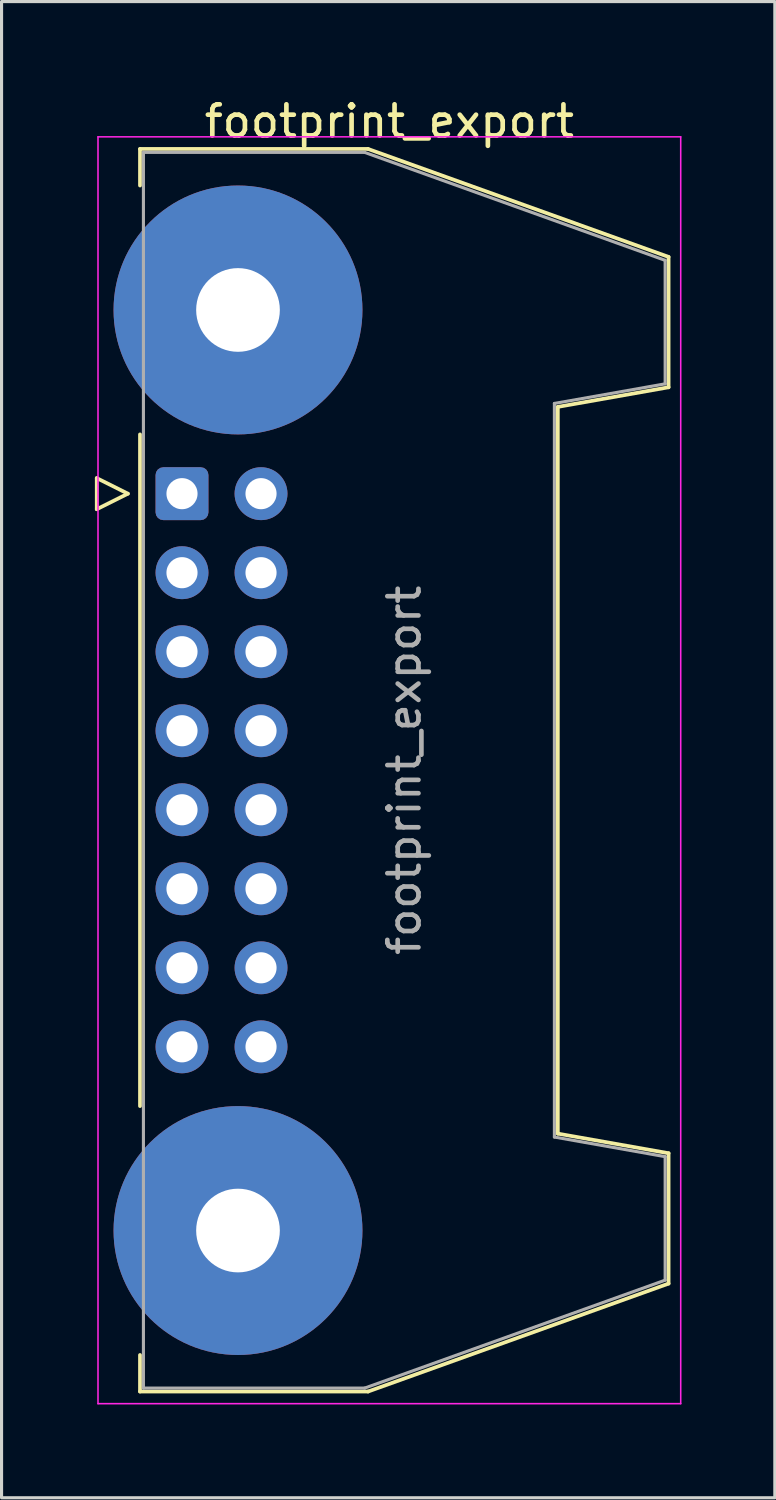
<source format=kicad_pcb>
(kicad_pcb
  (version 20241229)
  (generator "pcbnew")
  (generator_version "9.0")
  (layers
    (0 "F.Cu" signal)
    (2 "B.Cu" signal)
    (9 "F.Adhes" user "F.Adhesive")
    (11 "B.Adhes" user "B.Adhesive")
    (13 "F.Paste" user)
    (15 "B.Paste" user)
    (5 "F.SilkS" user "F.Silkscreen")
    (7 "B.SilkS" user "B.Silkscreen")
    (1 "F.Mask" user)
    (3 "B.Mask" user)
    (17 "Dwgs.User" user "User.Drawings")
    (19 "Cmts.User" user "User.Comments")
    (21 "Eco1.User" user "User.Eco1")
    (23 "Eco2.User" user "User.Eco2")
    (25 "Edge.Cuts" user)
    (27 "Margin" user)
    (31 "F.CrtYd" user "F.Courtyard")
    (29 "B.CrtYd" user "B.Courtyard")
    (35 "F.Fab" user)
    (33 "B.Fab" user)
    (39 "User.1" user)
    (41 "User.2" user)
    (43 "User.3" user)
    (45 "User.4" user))
  (footprint "footprint_export"
    (layer "F.Cu")
    (at 2.8 12.818)
    (property "Reference" "footprint_export" (at 6.665 -11.97 0) (layer "F.SilkS") (effects (font (size 1 1) (thickness 0.15))))
    (attr through_hole)
    (fp_line (start -2.74 -0.5) (end -2.74 0.5) (stroke (width 0.12) (type solid)) (layer "F.SilkS"))
    (fp_line (start -2.74 0.5) (end -1.74 0) (stroke (width 0.12) (type solid)) (layer "F.SilkS"))
    (fp_line (start -1.74 0) (end -2.74 -0.5) (stroke (width 0.12) (type solid)) (layer "F.SilkS"))
    (fp_line (start -1.35 -11.08) (end -1.35 -9.905) (stroke (width 0.12) (type solid)) (layer "F.SilkS"))
    (fp_line (start -1.35 -11.08) (end 5.98 -11.08) (stroke (width 0.12) (type solid)) (layer "F.SilkS"))
    (fp_line (start -1.35 -1.905) (end -1.35 19.685) (stroke (width 0.12) (type solid)) (layer "F.SilkS"))
    (fp_line (start -1.35 27.685) (end -1.35 28.86) (stroke (width 0.12) (type solid)) (layer "F.SilkS"))
    (fp_line (start 5.98 -11.08) (end 15.64 -7.61) (stroke (width 0.12) (type solid)) (layer "F.SilkS"))
    (fp_line (start 5.98 28.86) (end -1.35 28.86) (stroke (width 0.12) (type solid)) (layer "F.SilkS"))
    (fp_line (start 12.08 -2.79) (end 12.08 20.57) (stroke (width 0.12) (type solid)) (layer "F.SilkS"))
    (fp_line (start 12.08 20.57) (end 15.64 21.2) (stroke (width 0.12) (type solid)) (layer "F.SilkS"))
    (fp_line (start 15.64 -7.61) (end 15.64 -3.42) (stroke (width 0.12) (type solid)) (layer "F.SilkS"))
    (fp_line (start 15.64 -3.42) (end 12.08 -2.79) (stroke (width 0.12) (type solid)) (layer "F.SilkS"))
    (fp_line (start 15.64 21.2) (end 15.64 25.39) (stroke (width 0.12) (type solid)) (layer "F.SilkS"))
    (fp_line (start 15.64 25.39) (end 5.98 28.86) (stroke (width 0.12) (type solid)) (layer "F.SilkS"))
    (fp_line (start -2.7 -11.47) (end -2.7 29.25) (stroke (width 0.05) (type solid)) (layer "F.CrtYd"))
    (fp_line (start -2.7 29.25) (end 16.03 29.25) (stroke (width 0.05) (type solid)) (layer "F.CrtYd"))
    (fp_line (start 16.03 -11.47) (end -2.7 -11.47) (stroke (width 0.05) (type solid)) (layer "F.CrtYd"))
    (fp_line (start 16.03 29.25) (end 16.03 -11.47) (stroke (width 0.05) (type solid)) (layer "F.CrtYd"))
    (fp_line (start -1.24 -10.97) (end 5.87 -10.97) (stroke (width 0.1) (type solid)) (layer "F.Fab"))
    (fp_line (start -1.24 28.75) (end -1.24 -10.97) (stroke (width 0.1) (type solid)) (layer "F.Fab"))
    (fp_line (start 5.87 -10.97) (end 15.53 -7.5) (stroke (width 0.1) (type solid)) (layer "F.Fab"))
    (fp_line (start 5.87 28.75) (end -1.24 28.75) (stroke (width 0.1) (type solid)) (layer "F.Fab"))
    (fp_line (start 11.97 -2.9) (end 11.97 20.68) (stroke (width 0.1) (type solid)) (layer "F.Fab"))
    (fp_line (start 11.97 20.68) (end 15.53 21.31) (stroke (width 0.1) (type solid)) (layer "F.Fab"))
    (fp_line (start 15.53 -7.5) (end 15.53 -3.53) (stroke (width 0.1) (type solid)) (layer "F.Fab"))
    (fp_line (start 15.53 -3.53) (end 11.97 -2.9) (stroke (width 0.1) (type solid)) (layer "F.Fab"))
    (fp_line (start 15.53 21.31) (end 15.53 25.28) (stroke (width 0.1) (type solid)) (layer "F.Fab"))
    (fp_line (start 15.53 25.28) (end 5.87 28.75) (stroke (width 0.1) (type solid)) (layer "F.Fab"))
    (fp_text user "${REFERENCE}" (at 7.145 8.89 90) (layer "F.Fab") (effects (font (size 1 1) (thickness 0.15))))
    (pad "1" thru_hole roundrect (at 0 0) (size 1.7 1.7) (drill 1) (layers "*.Cu" "*.Mask") (roundrect_rratio 0.147))
    (pad "2" thru_hole circle (at 2.54 0) (size 1.7 1.7) (drill 1) (layers "*.Cu" "*.Mask"))
    (pad "3" thru_hole circle (at 0 2.54) (size 1.7 1.7) (drill 1) (layers "*.Cu" "*.Mask"))
    (pad "4" thru_hole circle (at 2.54 2.54) (size 1.7 1.7) (drill 1) (layers "*.Cu" "*.Mask"))
    (pad "5" thru_hole circle (at 0 5.08) (size 1.7 1.7) (drill 1) (layers "*.Cu" "*.Mask"))
    (pad "6" thru_hole circle (at 2.54 5.08) (size 1.7 1.7) (drill 1) (layers "*.Cu" "*.Mask"))
    (pad "7" thru_hole circle (at 0 7.62) (size 1.7 1.7) (drill 1) (layers "*.Cu" "*.Mask"))
    (pad "8" thru_hole circle (at 2.54 7.62) (size 1.7 1.7) (drill 1) (layers "*.Cu" "*.Mask"))
    (pad "9" thru_hole circle (at 0 10.16) (size 1.7 1.7) (drill 1) (layers "*.Cu" "*.Mask"))
    (pad "10" thru_hole circle (at 2.54 10.16) (size 1.7 1.7) (drill 1) (layers "*.Cu" "*.Mask"))
    (pad "11" thru_hole circle (at 0 12.7) (size 1.7 1.7) (drill 1) (layers "*.Cu" "*.Mask"))
    (pad "12" thru_hole circle (at 2.54 12.7) (size 1.7 1.7) (drill 1) (layers "*.Cu" "*.Mask"))
    (pad "13" thru_hole circle (at 0 15.24) (size 1.7 1.7) (drill 1) (layers "*.Cu" "*.Mask"))
    (pad "14" thru_hole circle (at 2.54 15.24) (size 1.7 1.7) (drill 1) (layers "*.Cu" "*.Mask"))
    (pad "15" thru_hole circle (at 0 17.78) (size 1.7 1.7) (drill 1) (layers "*.Cu" "*.Mask"))
    (pad "16" thru_hole circle (at 2.54 17.78) (size 1.7 1.7) (drill 1) (layers "*.Cu" "*.Mask"))
    (pad "MP" thru_hole circle (at 1.8 -5.905) (size 8 8) (drill 2.69) (layers "*.Cu" "*.Mask"))
    (pad "MP" thru_hole circle (at 1.8 23.685) (size 8 8) (drill 2.69) (layers "*.Cu" "*.Mask")))
  (gr_rect
    (start -3 -3)
    (end 21.855 45.093)
    (stroke (width 0.1) (type default))
    (fill no)
    (layer "Edge.Cuts")))
</source>
